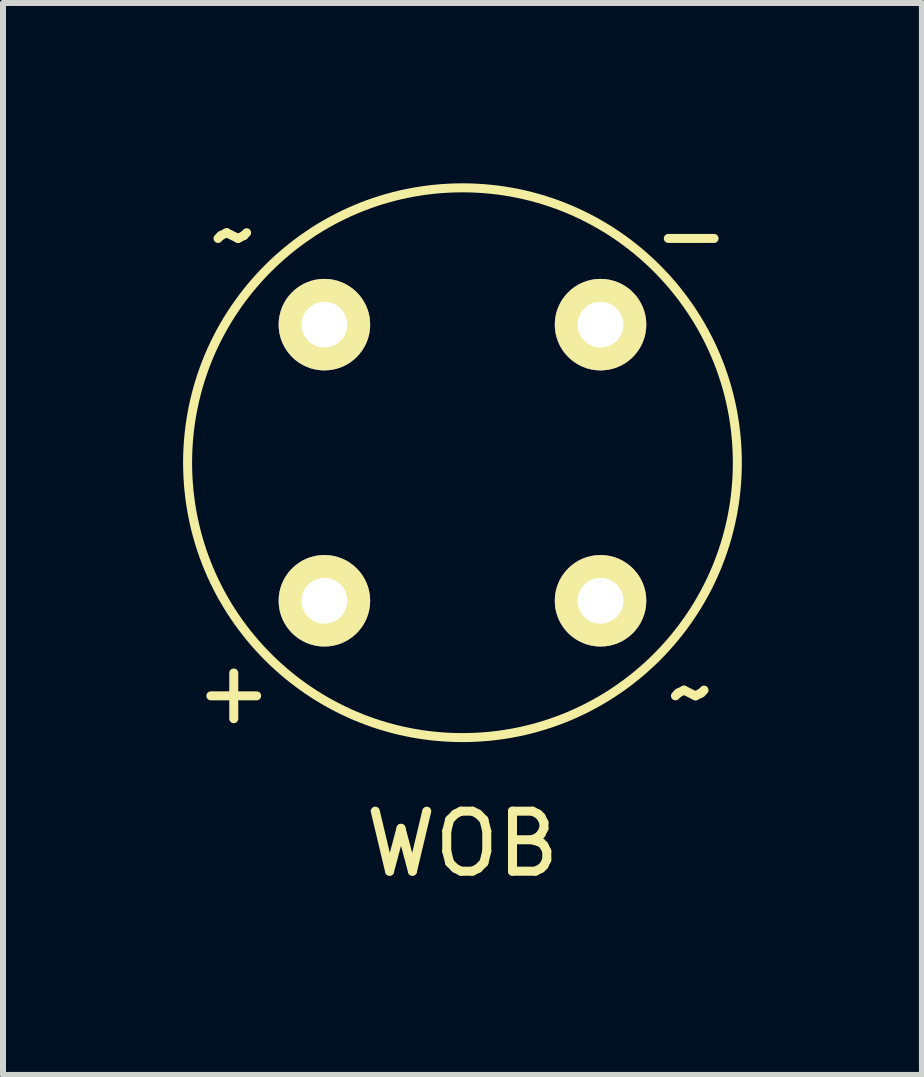
<source format=kicad_pcb>
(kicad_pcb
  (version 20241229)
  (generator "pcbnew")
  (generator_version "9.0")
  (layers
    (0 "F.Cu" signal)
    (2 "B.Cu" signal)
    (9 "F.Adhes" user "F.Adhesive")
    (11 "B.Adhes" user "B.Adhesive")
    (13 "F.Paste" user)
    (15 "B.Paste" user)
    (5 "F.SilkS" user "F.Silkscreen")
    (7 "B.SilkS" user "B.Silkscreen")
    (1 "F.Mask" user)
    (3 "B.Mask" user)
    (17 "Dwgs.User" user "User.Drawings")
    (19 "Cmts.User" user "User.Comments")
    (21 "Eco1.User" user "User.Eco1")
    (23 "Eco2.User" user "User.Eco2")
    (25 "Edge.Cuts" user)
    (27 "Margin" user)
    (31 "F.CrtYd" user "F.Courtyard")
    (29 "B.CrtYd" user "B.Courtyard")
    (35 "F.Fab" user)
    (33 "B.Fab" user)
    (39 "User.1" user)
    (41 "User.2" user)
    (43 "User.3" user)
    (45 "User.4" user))
  (footprint "WOB"
    (layer "F.Cu")
    (at 4.654 4.658)
    (property "Reference" "WOB" (at 0 6.35 0) (layer "F.SilkS") (effects (font (size 1 1) (thickness 0.15))))
    (attr through_hole)
    (fp_circle (center 0 0) (end 3.81 -2.54) (stroke (width 0.15) (type solid)) (fill no) (layer "F.SilkS"))
    (fp_text user "~" (at 3.81 3.81 0) (layer "F.SilkS") (effects (font (size 1 1) (thickness 0.15))))
    (fp_text user "-" (at 3.81 -3.81 0) (layer "F.SilkS") (effects (font (size 1 1) (thickness 0.15))))
    (fp_text user "+" (at -3.81 3.81 0) (layer "F.SilkS") (effects (font (size 1 1) (thickness 0.15))))
    (fp_text user "~" (at -3.81 -3.81 0) (layer "F.SilkS") (effects (font (size 1 1) (thickness 0.15))))
    (pad "1" thru_hole circle (at 2.3 -2.3) (size 1.524 1.524) (drill 0.762) (layers "*.Cu" "*.Mask" "F.SilkS"))
    (pad "2" thru_hole circle (at -2.3 -2.3) (size 1.524 1.524) (drill 0.762) (layers "*.Cu" "*.Mask" "F.SilkS"))
    (pad "3" thru_hole circle (at -2.3 2.3) (size 1.524 1.524) (drill 0.762) (layers "*.Cu" "*.Mask" "F.SilkS"))
    (pad "4" thru_hole circle (at 2.3 2.3) (size 1.524 1.524) (drill 0.762) (layers "*.Cu" "*.Mask" "F.SilkS")))
  (gr_rect
    (start -3 -3)
    (end 12.308 14.857)
    (stroke (width 0.1) (type default))
    (fill no)
    (layer "Edge.Cuts")))
</source>
